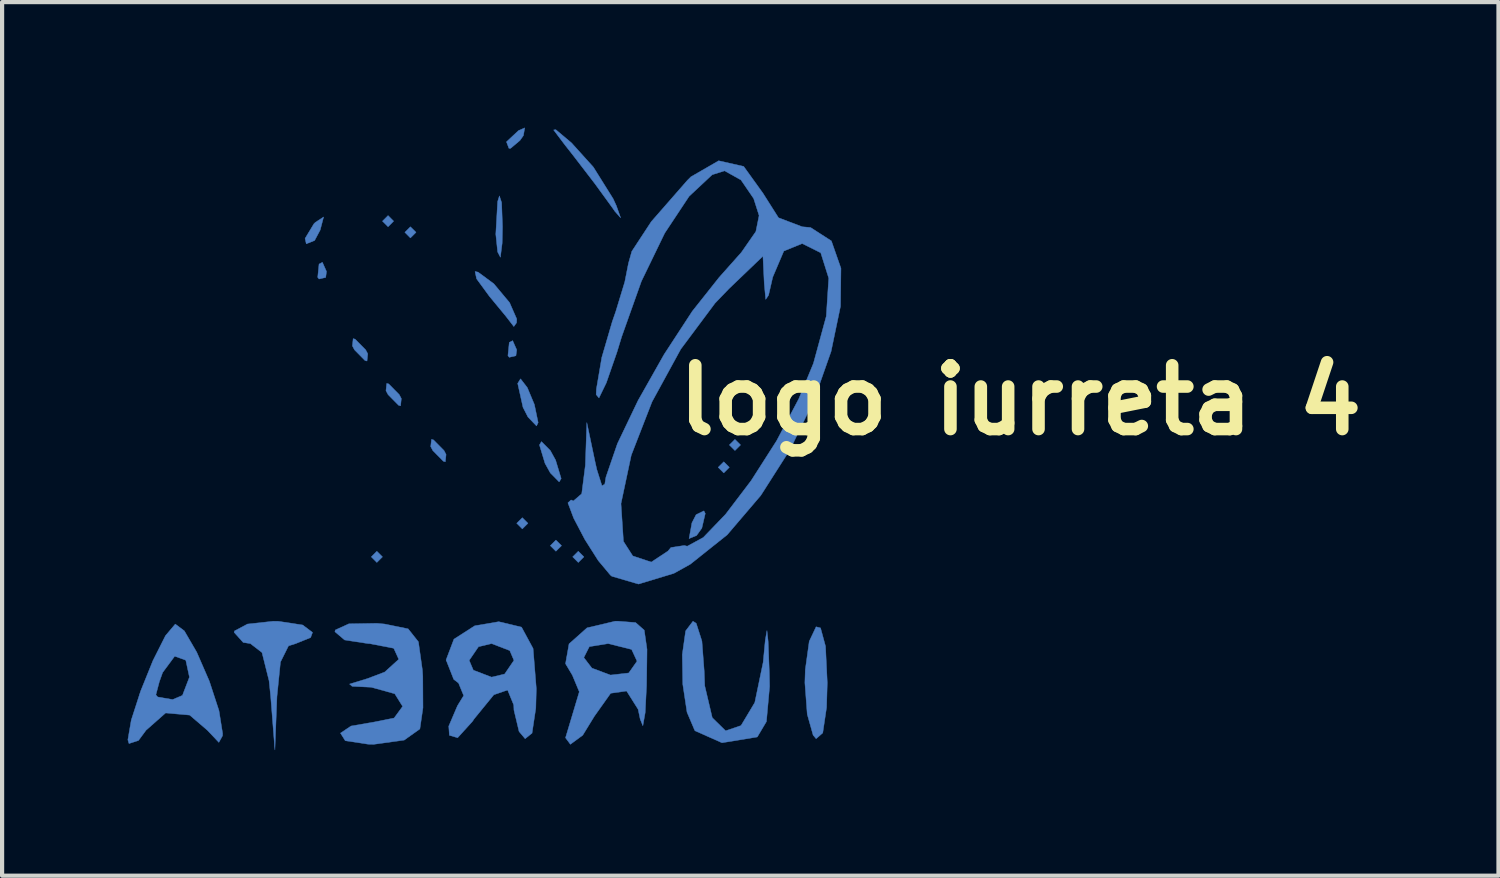
<source format=kicad_pcb>
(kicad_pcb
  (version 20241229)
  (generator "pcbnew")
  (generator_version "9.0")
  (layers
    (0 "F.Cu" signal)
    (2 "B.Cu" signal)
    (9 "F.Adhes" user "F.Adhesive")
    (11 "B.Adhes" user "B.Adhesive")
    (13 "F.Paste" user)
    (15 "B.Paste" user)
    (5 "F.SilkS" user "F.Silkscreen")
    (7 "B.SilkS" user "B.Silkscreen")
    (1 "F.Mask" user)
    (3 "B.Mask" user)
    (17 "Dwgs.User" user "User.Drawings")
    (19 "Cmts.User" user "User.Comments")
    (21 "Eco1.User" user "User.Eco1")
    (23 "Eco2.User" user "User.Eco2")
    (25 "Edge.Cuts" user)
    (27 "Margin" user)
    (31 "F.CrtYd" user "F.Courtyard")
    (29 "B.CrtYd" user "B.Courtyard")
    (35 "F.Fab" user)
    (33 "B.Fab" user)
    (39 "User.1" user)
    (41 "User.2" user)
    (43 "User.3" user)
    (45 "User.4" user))
  (footprint "logo iurreta 4"
    (layer "F.Cu")
    (at 13.708 10.322)
    (property "Reference" "logo iurreta 4" (at 7.62 -3.81 0) (layer "F.SilkS") (effects (font (size 1.524 1.524) (thickness 0.3))))
    (attr through_hole)
    (fp_poly (pts (xy -7.887 -0.067) (xy -7.754 0.067) (xy -7.62 -0.067) (xy -7.754 -0.201) (xy -7.887 -0.067)) (stroke (width 0.01) (type solid)) (fill yes) (layer "B.Cu"))
    (fp_poly (pts (xy -7.62 -8.088) (xy -7.486 -7.954) (xy -7.353 -8.088) (xy -7.486 -8.222) (xy -7.62 -8.088)) (stroke (width 0.01) (type solid)) (fill yes) (layer "B.Cu"))
    (fp_poly (pts (xy -7.085 -7.821) (xy -6.952 -7.687) (xy -6.818 -7.821) (xy -6.952 -7.954) (xy -7.085 -7.821)) (stroke (width 0.01) (type solid)) (fill yes) (layer "B.Cu"))
    (fp_poly (pts (xy -4.412 -0.869) (xy -4.278 -0.735) (xy -4.144 -0.869) (xy -4.278 -1.003) (xy -4.412 -0.869)) (stroke (width 0.01) (type solid)) (fill yes) (layer "B.Cu"))
    (fp_poly (pts (xy -3.609 -0.334) (xy -3.476 -0.201) (xy -3.342 -0.334) (xy -3.476 -0.468) (xy -3.609 -0.334)) (stroke (width 0.01) (type solid)) (fill yes) (layer "B.Cu"))
    (fp_poly (pts (xy -3.075 -0.067) (xy -2.941 0.067) (xy -2.807 -0.067) (xy -2.941 -0.201) (xy -3.075 -0.067)) (stroke (width 0.01) (type solid)) (fill yes) (layer "B.Cu"))
    (fp_poly (pts (xy 0.401 -2.206) (xy 0.535 -2.072) (xy 0.668 -2.206) (xy 0.535 -2.339) (xy 0.401 -2.206)) (stroke (width 0.01) (type solid)) (fill yes) (layer "B.Cu"))
    (fp_poly (pts (xy 0.668 -2.741) (xy 0.802 -2.607) (xy 0.936 -2.741) (xy 0.802 -2.874) (xy 0.668 -2.741)) (stroke (width 0.01) (type solid)) (fill yes) (layer "B.Cu"))
    (fp_poly (pts (xy -9.135 -7.063) (xy -9.167 -6.746) (xy -9.135 -6.706) (xy -8.976 -6.743) (xy -8.957 -6.885) (xy -9.055 -7.105) (xy -9.135 -7.063)) (stroke (width 0.01) (type solid)) (fill yes) (layer "B.Cu"))
    (fp_poly (pts (xy -4.59 -5.191) (xy -4.622 -4.874) (xy -4.59 -4.835) (xy -4.431 -4.872) (xy -4.412 -5.013) (xy -4.509 -5.233) (xy -4.59 -5.191)) (stroke (width 0.01) (type solid)) (fill yes) (layer "B.Cu"))
    (fp_poly (pts (xy -9.222 -8.06) (xy -9.257 -8.026) (xy -9.469 -7.675) (xy -9.44 -7.546) (xy -9.241 -7.626) (xy -9.108 -7.876) (xy -9.026 -8.188) (xy -9.222 -8.06)) (stroke (width 0.01) (type solid)) (fill yes) (layer "B.Cu"))
    (fp_poly (pts (xy -4.37 -10.252) (xy -4.657 -9.983) (xy -4.598 -9.828) (xy -4.561 -9.826) (xy -4.335 -10.016) (xy -4.252 -10.134) (xy -4.221 -10.317) (xy -4.37 -10.252)) (stroke (width 0.01) (type solid)) (fill yes) (layer "B.Cu"))
    (fp_poly (pts (xy -0.126 -1.075) (xy -0.226 -0.88) (xy -0.294 -0.504) (xy -0.115 -0.577) (xy 0.011 -0.753) (xy 0.093 -1.103) (xy 0.06 -1.166) (xy -0.126 -1.075)) (stroke (width 0.01) (type solid)) (fill yes) (layer "B.Cu"))
    (fp_poly (pts (xy -8.338 -5.108) (xy -8.288 -5.013) (xy -8.037 -4.758) (xy -7.989 -4.746) (xy -7.971 -4.918) (xy -8.021 -5.013) (xy -8.273 -5.268) (xy -8.32 -5.281) (xy -8.338 -5.108)) (stroke (width 0.01) (type solid)) (fill yes) (layer "B.Cu"))
    (fp_poly (pts (xy -7.536 -4.038) (xy -7.486 -3.944) (xy -7.234 -3.688) (xy -7.187 -3.676) (xy -7.169 -3.849) (xy -7.219 -3.944) (xy -7.471 -4.199) (xy -7.518 -4.211) (xy -7.536 -4.038)) (stroke (width 0.01) (type solid)) (fill yes) (layer "B.Cu"))
    (fp_poly (pts (xy -6.467 -2.702) (xy -6.417 -2.607) (xy -6.165 -2.352) (xy -6.118 -2.339) (xy -6.1 -2.512) (xy -6.149 -2.607) (xy -6.401 -2.862) (xy -6.448 -2.874) (xy -6.467 -2.702)) (stroke (width 0.01) (type solid)) (fill yes) (layer "B.Cu"))
    (fp_poly (pts (xy -4.868 -8.556) (xy -4.912 -7.777) (xy -4.868 -7.353) (xy -4.802 -7.226) (xy -4.76 -7.562) (xy -4.752 -7.954) (xy -4.773 -8.532) (xy -4.826 -8.691) (xy -4.868 -8.556)) (stroke (width 0.01) (type solid)) (fill yes) (layer "B.Cu"))
    (fp_poly (pts (xy -4.389 -4.211) (xy -4.262 -3.64) (xy -4.144 -3.409) (xy -3.939 -3.195) (xy -3.9 -3.275) (xy -3.99 -3.707) (xy -4.159 -4.111) (xy -4.321 -4.321) (xy -4.389 -4.211)) (stroke (width 0.01) (type solid)) (fill yes) (layer "B.Cu"))
    (fp_poly (pts (xy -3.869 -2.741) (xy -3.736 -2.301) (xy -3.609 -2.072) (xy -3.398 -1.858) (xy -3.35 -1.938) (xy -3.483 -2.378) (xy -3.609 -2.607) (xy -3.821 -2.821) (xy -3.869 -2.741)) (stroke (width 0.01) (type solid)) (fill yes) (layer "B.Cu"))
    (fp_poly (pts (xy -5.371 -6.711) (xy -5.066 -6.294) (xy -5.057 -6.283) (xy -4.672 -5.817) (xy -4.481 -5.57) (xy -4.416 -5.661) (xy -4.412 -5.752) (xy -4.583 -6.142) (xy -4.96 -6.593) (xy -5.336 -6.87) (xy -5.408 -6.885) (xy -5.371 -6.711)) (stroke (width 0.01) (type solid)) (fill yes) (layer "B.Cu"))
    (fp_poly (pts (xy -3.53 -10.267) (xy -3.255 -9.902) (xy -3.065 -9.661) (xy -2.542 -8.98) (xy -2.115 -8.393) (xy -2.068 -8.324) (xy -1.93 -8.169) (xy -2.031 -8.455) (xy -2.108 -8.623) (xy -2.581 -9.38) (xy -3.105 -9.96) (xy -3.478 -10.273) (xy -3.53 -10.267)) (stroke (width 0.01) (type solid)) (fill yes) (layer "B.Cu"))
    (fp_poly (pts (xy 2.577 1.951) (xy 2.483 2.628) (xy 2.473 2.941) (xy 2.529 3.692) (xy 2.67 4.193) (xy 2.741 4.278) (xy 2.9 4.14) (xy 2.991 3.53) (xy 3.008 2.941) (xy 2.966 2.069) (xy 2.847 1.631) (xy 2.741 1.604) (xy 2.577 1.951)) (stroke (width 0.01) (type solid)) (fill yes) (layer "B.Cu"))
    (fp_poly (pts (xy -10.845 1.538) (xy -11.155 1.703) (xy -11.163 1.738) (xy -10.947 1.978) (xy -10.776 2.005) (xy -10.498 2.219) (xy -10.329 2.894) (xy -10.29 3.275) (xy -10.19 4.545) (xy -10.141 3.275) (xy -10.057 2.446) (xy -9.865 2.06) (xy -9.692 2.005) (xy -9.336 1.861) (xy -9.291 1.738) (xy -9.526 1.561) (xy -10.104 1.473) (xy -10.227 1.471) (xy -10.845 1.538)) (stroke (width 0.01) (type solid)) (fill yes) (layer "B.Cu"))
    (fp_poly (pts (xy -0.376 1.702) (xy -0.456 2.268) (xy -0.444 2.979) (xy -0.343 3.646) (xy -0.159 4.079) (xy -0.147 4.091) (xy 0.492 4.375) (xy 1.328 4.238) (xy 1.337 4.235) (xy 1.554 3.869) (xy 1.63 3.031) (xy 1.624 2.718) (xy 1.595 1.951) (xy 1.567 1.694) (xy 1.527 1.922) (xy 1.476 2.452) (xy 1.276 3.414) (xy 0.947 3.964) (xy 0.579 4.089) (xy 0.26 3.776) (xy 0.08 3.012) (xy 0.067 2.658) (xy 0.013 1.946) (xy -0.123 1.522) (xy -0.201 1.471) (xy -0.376 1.702)) (stroke (width 0.01) (type solid)) (fill yes) (layer "B.Cu"))
    (fp_poly (pts (xy -12.804 1.816) (xy -13.103 2.41) (xy -13.399 3.143) (xy -13.622 3.833) (xy -13.703 4.304) (xy -13.676 4.394) (xy -13.45 4.321) (xy -13.268 4.075) (xy -12.801 3.663) (xy -12.226 3.714) (xy -11.802 4.077) (xy -11.529 4.366) (xy -11.441 4.207) (xy -11.439 4.153) (xy -11.526 3.607) (xy -11.756 2.904) (xy -11.798 2.807) (xy -12.232 2.807) (xy -12.399 3.243) (xy -12.633 3.342) (xy -12.99 3.281) (xy -13.034 3.23) (xy -12.951 2.916) (xy -12.872 2.696) (xy -12.584 2.307) (xy -12.319 2.402) (xy -12.232 2.807) (xy -11.798 2.807) (xy -12.057 2.212) (xy -12.354 1.701) (xy -12.57 1.539) (xy -12.804 1.816)) (stroke (width 0.01) (type solid)) (fill yes) (layer "B.Cu"))
    (fp_poly (pts (xy -8.423 1.533) (xy -8.746 1.68) (xy -8.756 1.722) (xy -8.524 1.919) (xy -7.961 2.005) (xy -7.932 2.005) (xy -7.35 2.117) (xy -7.23 2.38) (xy -7.566 2.685) (xy -7.974 2.84) (xy -8.406 2.972) (xy -8.344 3.026) (xy -7.887 3.048) (xy -7.326 3.204) (xy -7.138 3.506) (xy -7.342 3.784) (xy -7.805 3.877) (xy -8.371 3.975) (xy -8.623 4.144) (xy -8.509 4.326) (xy -7.963 4.409) (xy -7.828 4.412) (xy -7.1 4.311) (xy -6.728 4.046) (xy -6.725 4.039) (xy -6.652 3.539) (xy -6.656 2.788) (xy -6.666 2.635) (xy -6.761 1.962) (xy -7.006 1.653) (xy -7.568 1.538) (xy -7.754 1.521) (xy -8.423 1.533)) (stroke (width 0.01) (type solid)) (fill yes) (layer "B.Cu"))
    (fp_poly (pts (xy -2.732 1.629) (xy -3.162 2.012) (xy -3.246 2.486) (xy -3.083 2.759) (xy -2.917 3.157) (xy -3.09 3.736) (xy -3.246 4.256) (xy -3.13 4.412) (xy -2.835 4.195) (xy -2.558 3.743) (xy -2.167 3.192) (xy -1.787 3.138) (xy -1.511 3.576) (xy -1.462 3.81) (xy -1.398 3.968) (xy -1.343 3.658) (xy -1.31 3.008) (xy -1.302 2.425) (xy -1.537 2.425) (xy -1.735 2.707) (xy -2.173 2.757) (xy -2.616 2.591) (xy -2.809 2.339) (xy -2.677 2.078) (xy -2.228 2.005) (xy -1.667 2.145) (xy -1.537 2.425) (xy -1.302 2.425) (xy -1.299 2.143) (xy -1.365 1.685) (xy -1.571 1.503) (xy -1.981 1.471) (xy -2.063 1.471) (xy -2.732 1.629)) (stroke (width 0.01) (type solid)) (fill yes) (layer "B.Cu"))
    (fp_poly (pts (xy -5.415 1.58) (xy -5.912 1.899) (xy -6.1 2.395) (xy -5.917 2.86) (xy -5.802 2.949) (xy -5.679 3.248) (xy -5.828 3.491) (xy -6.036 3.978) (xy -6.021 4.197) (xy -5.824 4.255) (xy -5.47 3.865) (xy -5.43 3.805) (xy -4.959 3.228) (xy -4.63 3.114) (xy -4.483 3.472) (xy -4.478 3.594) (xy -4.356 4.106) (xy -4.211 4.278) (xy -4.046 4.145) (xy -3.956 3.548) (xy -3.944 3.082) (xy -3.998 2.406) (xy -4.478 2.406) (xy -4.701 2.733) (xy -5.013 2.807) (xy -5.449 2.64) (xy -5.548 2.406) (xy -5.325 2.08) (xy -5.013 2.005) (xy -4.578 2.172) (xy -4.478 2.406) (xy -3.998 2.406) (xy -4.021 2.122) (xy -4.297 1.612) (xy -4.841 1.482) (xy -5.415 1.58)) (stroke (width 0.01) (type solid)) (fill yes) (layer "B.Cu"))
    (fp_poly (pts (xy -0.25 -9.148) (xy -0.334 -9.064) (xy -1.196 -8.078) (xy -1.662 -7.367) (xy -1.742 -7.082) (xy -1.83 -6.637) (xy -2.046 -5.927) (xy -2.131 -5.682) (xy -2.379 -4.834) (xy -2.508 -4.078) (xy -2.514 -3.944) (xy -2.447 -3.864) (xy -2.271 -4.226) (xy -2.018 -4.955) (xy -1.904 -5.328) (xy -1.433 -6.652) (xy -0.876 -7.802) (xy -0.293 -8.682) (xy 0.258 -9.197) (xy 0.554 -9.291) (xy 0.946 -9.072) (xy 1.249 -8.629) (xy 1.379 -8.222) (xy 1.302 -7.84) (xy 0.956 -7.342) (xy 0.424 -6.744) (xy -0.217 -5.936) (xy -0.891 -4.903) (xy -1.515 -3.799) (xy -2.006 -2.772) (xy -2.28 -1.975) (xy -2.308 -1.805) (xy -2.375 -1.764) (xy -2.499 -2.155) (xy -2.54 -2.339) (xy -2.737 -3.275) (xy -2.772 -2.257) (xy -2.859 -1.575) (xy -3.059 -1.402) (xy -3.113 -1.427) (xy -3.189 -1.358) (xy -3.052 -0.993) (xy -2.784 -0.482) (xy -2.464 0.022) (xy -2.175 0.368) (xy -2.139 0.397) (xy -1.503 0.583) (xy -0.659 0.328) (xy -0.265 0.109) (xy 0.616 -0.593) (xy 1.42 -1.535) (xy 2.121 -2.634) (xy 2.689 -3.808) (xy 3.099 -4.975) (xy 3.324 -6.054) (xy 3.332 -6.725) (xy 3.043 -6.725) (xy 2.984 -5.816) (xy 2.677 -4.69) (xy 2.329 -3.847) (xy 1.797 -2.84) (xy 1.188 -1.887) (xy 0.578 -1.084) (xy 0.044 -0.529) (xy -0.338 -0.321) (xy -0.41 -0.339) (xy -0.728 -0.29) (xy -0.799 -0.205) (xy -1.197 0.058) (xy -1.639 -0.089) (xy -1.862 -0.437) (xy -1.921 -1.339) (xy -1.675 -2.497) (xy -1.179 -3.773) (xy -0.493 -5.029) (xy 0.327 -6.129) (xy 0.66 -6.475) (xy 1.471 -7.252) (xy 1.502 -6.601) (xy 1.537 -6.219) (xy 1.605 -6.318) (xy 1.705 -6.751) (xy 1.97 -7.374) (xy 2.409 -7.553) (xy 2.852 -7.332) (xy 3.043 -6.725) (xy 3.332 -6.725) (xy 3.335 -6.961) (xy 3.106 -7.616) (xy 2.609 -7.936) (xy 2.41 -7.954) (xy 1.843 -8.169) (xy 1.471 -8.756) (xy 1.011 -9.396) (xy 0.413 -9.531) (xy -0.25 -9.148)) (stroke (width 0.01) (type solid)) (fill yes) (layer "B.Cu")))
  (gr_rect
    (start -3 -3)
    (end 32.753 17.873)
    (stroke (width 0.1) (type default))
    (fill no)
    (layer "Edge.Cuts")))
</source>
